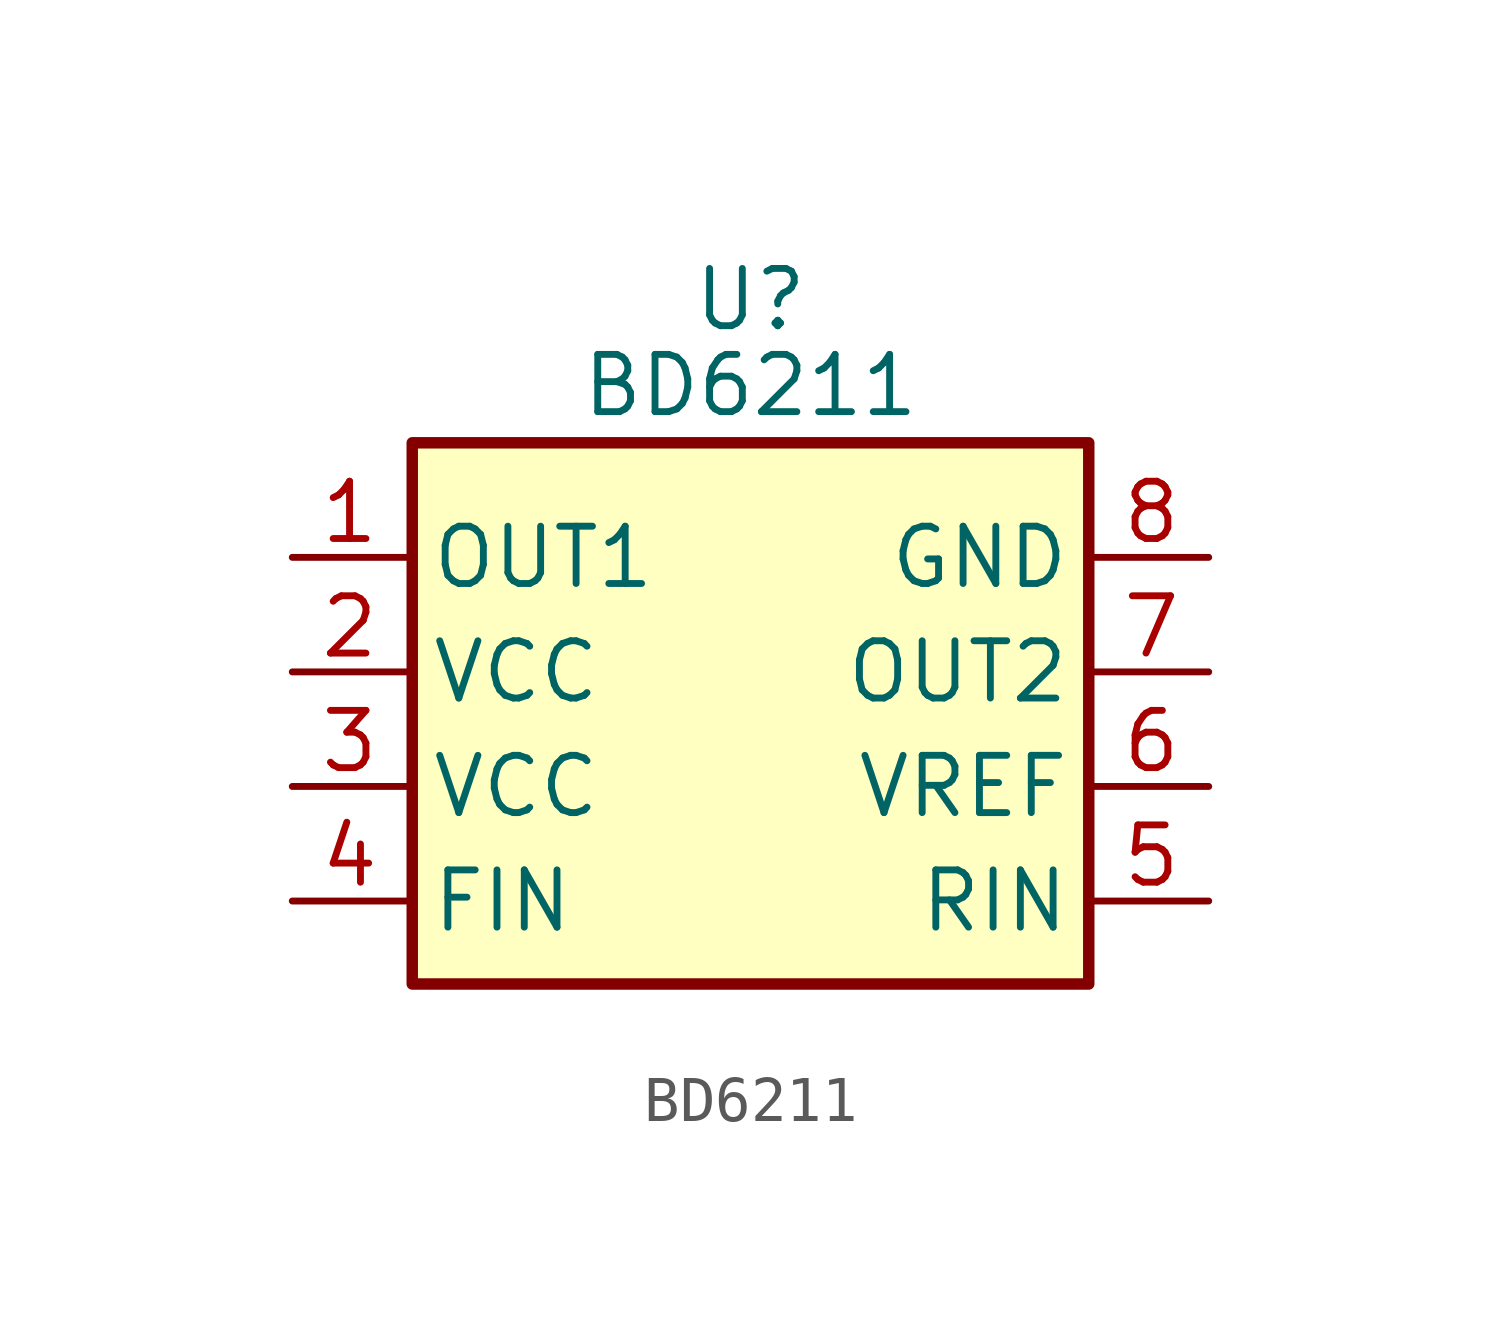
<source format=kicad_sym>
(kicad_symbol_lib
  (version 20231120)
  (generator "kicad_symbol_editor")
  (generator_version "8.0")
  (symbol "BD6211"
    (property "Reference" "U"
      (at 0 3.175 0)
      (effects (font (size 1.27 1.27))))
    (property "Value" "BD6211"
      (at 0 1.27 0)
      (effects (font (size 1.27 1.27))))
    (symbol "BD6211_1_1"
      (rectangle (start -7.5 0) (end 7.5 -12) (stroke (width 0.254) (type default)) (fill (type background)))
      (pin output line (at -10.16 -2.54 0) (length 2.54) (name "OUT1" (effects (font (size 1.27 1.27)))) (number "1" (effects (font (size 1.27 1.27)))))
      (pin power_in line (at -10.16 -5.08 0) (length 2.54) (name "VCC" (effects (font (size 1.27 1.27)))) (number "2" (effects (font (size 1.27 1.27)))))
      (pin power_in line (at -10.16 -7.62 0) (length 2.54) (name "VCC" (effects (font (size 1.27 1.27)))) (number "3" (effects (font (size 1.27 1.27)))))
      (pin input line (at -10.16 -10.16 0) (length 2.54) (name "FIN" (effects (font (size 1.27 1.27)))) (number "4" (effects (font (size 1.27 1.27)))))
      (pin input line (at 10.16 -10.16 180) (length 2.54) (name "RIN" (effects (font (size 1.27 1.27)))) (number "5" (effects (font (size 1.27 1.27)))))
      (pin power_in line (at 10.16 -7.62 180) (length 2.54) (name "VREF" (effects (font (size 1.27 1.27)))) (number "6" (effects (font (size 1.27 1.27)))))
      (pin output line (at 10.16 -5.08 180) (length 2.54) (name "OUT2" (effects (font (size 1.27 1.27)))) (number "7" (effects (font (size 1.27 1.27)))))
      (pin power_in line (at 10.16 -2.54 180) (length 2.54) (name "GND" (effects (font (size 1.27 1.27)))) (number "8" (effects (font (size 1.27 1.27))))))))
</source>
